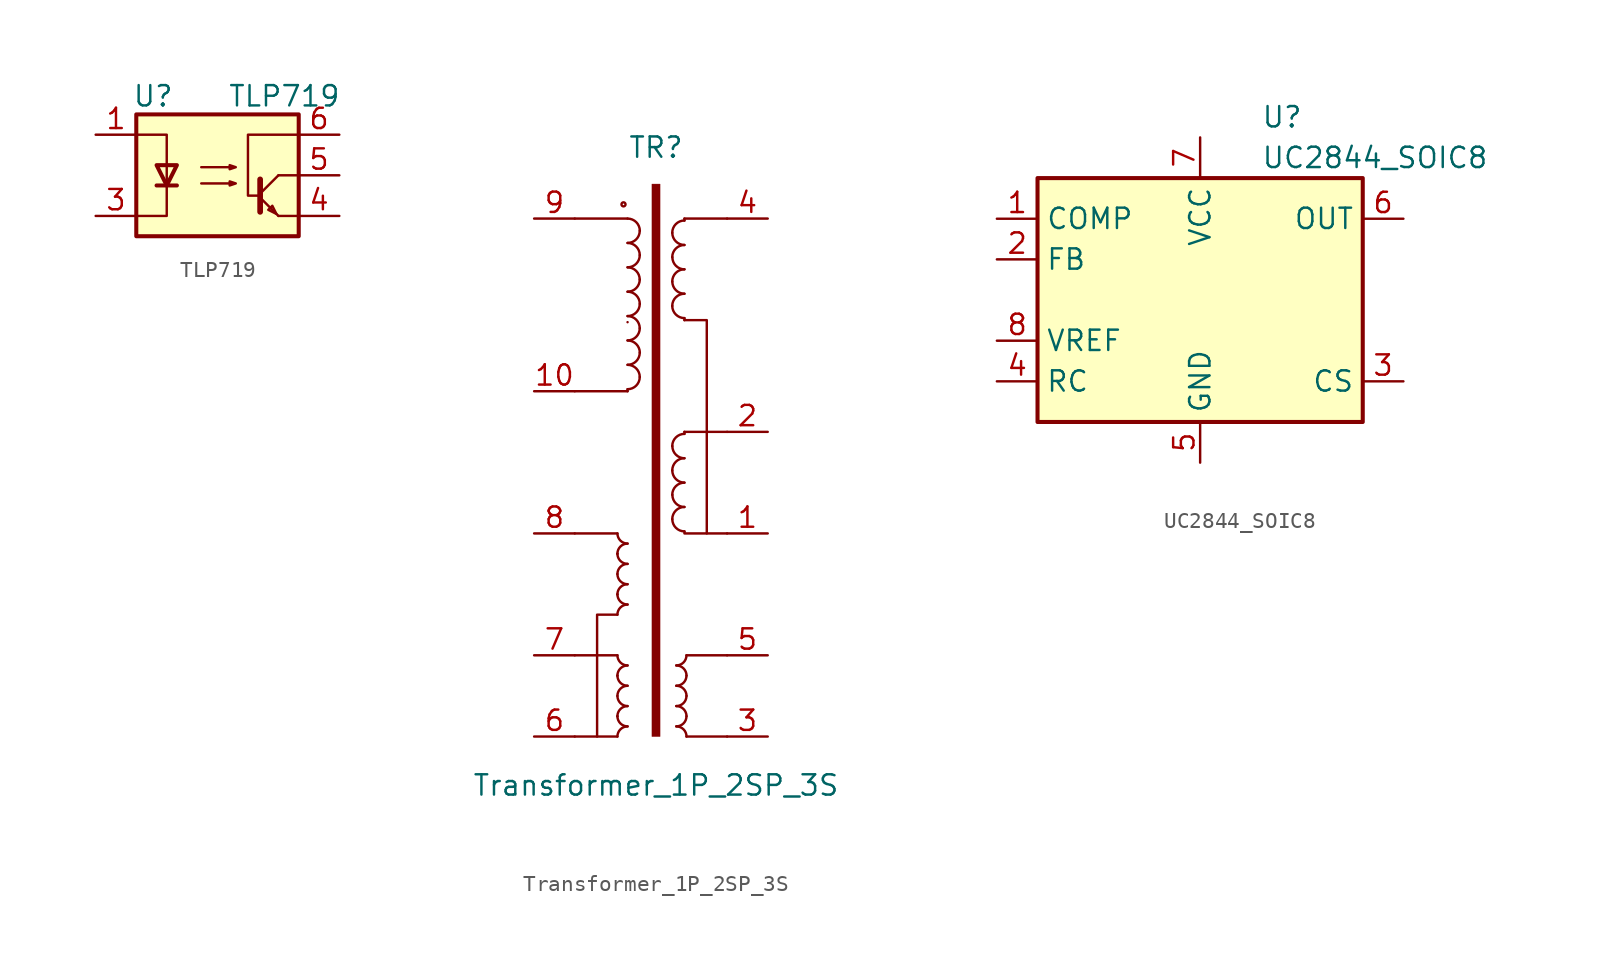
<source format=kicad_sym>
(kicad_symbol_lib
  (version 20211014)
  (generator kicad_symbol_editor)
  (symbol "TLP719"
    (property "Reference" "U"
      (at -5.334 4.953 0)
      (effects (font (size 1.27 1.27)) (justify left)))
    (property "Value" "TLP719"
      (at 0.635 4.953 0)
      (effects (font (size 1.27 1.27)) (justify left)))
    (symbol "TLP719_1_1"
      (rectangle (start -5.08 3.81) (end 5.08 -3.81) (stroke (width 0.254) (type default) (color 0 0 0 0)) (fill (type background)))
      (polyline (pts (xy -3.81 -0.635) (xy -2.54 -0.635)) (stroke (width 0.254) (type default) (color 0 0 0 0)) (fill (type none)))
      (polyline (pts (xy 2.667 -1.397) (xy 3.81 -2.54)) (stroke (width 0) (type default) (color 0 0 0 0)) (fill (type none)))
      (polyline (pts (xy 2.667 -1.143) (xy 3.81 0)) (stroke (width 0) (type default) (color 0 0 0 0)) (fill (type none)))
      (polyline (pts (xy 3.81 -2.54) (xy 5.08 -2.54)) (stroke (width 0) (type default) (color 0 0 0 0)) (fill (type none)))
      (polyline (pts (xy 3.81 0) (xy 5.08 0)) (stroke (width 0) (type default) (color 0 0 0 0)) (fill (type none)))
      (polyline (pts (xy 2.667 -0.254) (xy 2.667 -2.286) (xy 2.667 -2.286)) (stroke (width 0.356) (type default) (color 0 0 0 0)) (fill (type none)))
      (polyline (pts (xy -5.08 -2.54) (xy -3.175 -2.54) (xy -3.175 2.54) (xy -5.08 2.54)) (stroke (width 0) (type default) (color 0 0 0 0)) (fill (type none)))
      (polyline (pts (xy -3.175 -0.635) (xy -3.81 0.635) (xy -2.54 0.635) (xy -3.175 -0.635)) (stroke (width 0.254) (type default) (color 0 0 0 0)) (fill (type none)))
      (polyline (pts (xy 3.683 -2.413) (xy 3.429 -1.905) (xy 3.175 -2.159) (xy 3.683 -2.413)) (stroke (width 0) (type default) (color 0 0 0 0)) (fill (type none)))
      (polyline (pts (xy 5.08 2.54) (xy 1.905 2.54) (xy 1.905 -1.27) (xy 2.54 -1.27)) (stroke (width 0) (type default) (color 0 0 0 0)) (fill (type none)))
      (polyline (pts (xy -1.016 -0.508) (xy 1.143 -0.508) (xy 0.762 -0.635) (xy 0.762 -0.381) (xy 1.143 -0.508)) (stroke (width 0) (type default) (color 0 0 0 0)) (fill (type none)))
      (polyline (pts (xy -1.016 0.508) (xy 1.143 0.508) (xy 0.762 0.381) (xy 0.762 0.635) (xy 1.143 0.508)) (stroke (width 0) (type default) (color 0 0 0 0)) (fill (type none)))
      (pin passive line (at -7.62 2.54 0) (length 2.54) (name "~" (effects (font (size 1.27 1.27)))) (number "1" (effects (font (size 1.27 1.27)))))
      (pin no_connect line (at -5.08 0 0) (length 2.54) hide (name "NC" (effects (font (size 1.27 1.27)))) (number "2" (effects (font (size 1.27 1.27)))))
      (pin passive line (at -7.62 -2.54 0) (length 2.54) (name "~" (effects (font (size 1.27 1.27)))) (number "3" (effects (font (size 1.27 1.27)))))
      (pin passive line (at 7.62 -2.54 180) (length 2.54) (name "~" (effects (font (size 1.27 1.27)))) (number "4" (effects (font (size 1.27 1.27)))))
      (pin passive line (at 7.62 0 180) (length 2.54) (name "~" (effects (font (size 1.27 1.27)))) (number "5" (effects (font (size 1.27 1.27)))))
      (pin passive line (at 7.62 2.54 180) (length 2.54) (name "~" (effects (font (size 1.27 1.27)))) (number "6" (effects (font (size 1.27 1.27)))))))
  (symbol "Transformer_1P_2SP_3S"
    (pin_names
      (offset 0.025))
    (property "Reference" "TR"
      (at 0 24.13 0)
      (effects (font (size 1.27 1.27))))
    (property "Value" "Transformer_1P_2SP_3S"
      (at 0 -15.748 0)
      (effects (font (size 1.27 1.27))))
    (symbol "Transformer_1P_2SP_3S_0_1"
      (arc (start -2.413 -11.43) (mid -2.413 -11.43) (end -2.413 -11.43) (stroke (width 0) (type default) (color 0 0 0 0)) (fill (type none)))
      (arc (start -2.413 -11.43) (mid -2.862 -12.514) (end -1.778 -12.065) (stroke (width 0) (type default) (color 0 0 0 0)) (fill (type none)))
      (arc (start -2.413 -10.16) (mid -2.862 -11.244) (end -1.778 -10.795) (stroke (width 0) (type default) (color 0 0 0 0)) (fill (type none)))
      (arc (start -2.413 -8.89) (mid -2.413 -8.89) (end -2.413 -8.89) (stroke (width 0) (type default) (color 0 0 0 0)) (fill (type none)))
      (arc (start -2.413 -8.89) (mid -2.862 -9.974) (end -1.778 -9.525) (stroke (width 0) (type default) (color 0 0 0 0)) (fill (type none)))
      (arc (start -2.413 -7.62) (mid -2.862 -8.704) (end -1.778 -8.255) (stroke (width 0) (type default) (color 0 0 0 0)) (fill (type none)))
      (arc (start -2.413 -3.81) (mid -2.413 -3.81) (end -2.413 -3.81) (stroke (width 0) (type default) (color 0 0 0 0)) (fill (type none)))
      (arc (start -2.413 -3.81) (mid -2.862 -4.894) (end -1.778 -4.445) (stroke (width 0) (type default) (color 0 0 0 0)) (fill (type none)))
      (arc (start -2.413 -2.54) (mid -2.862 -3.624) (end -1.778 -3.175) (stroke (width 0) (type default) (color 0 0 0 0)) (fill (type none)))
      (arc (start -2.413 -1.27) (mid -2.413 -1.27) (end -2.413 -1.27) (stroke (width 0) (type default) (color 0 0 0 0)) (fill (type none)))
      (arc (start -2.413 -1.27) (mid -2.862 -2.354) (end -1.778 -1.905) (stroke (width 0) (type default) (color 0 0 0 0)) (fill (type none)))
      (arc (start -2.413 0) (mid -2.862 -1.084) (end -1.778 -0.635) (stroke (width 0) (type default) (color 0 0 0 0)) (fill (type none)))
      (circle (center -2.032 20.574) (radius 0.127) (stroke (width 0) (type default) (color 0 0 0 0)) (fill (type none)))
      (arc (start -1.778 -12.065) (mid -2.862 -11.616) (end -2.413 -12.7) (stroke (width 0) (type default) (color 0 0 0 0)) (fill (type none)))
      (arc (start -1.778 -10.795) (mid -2.862 -10.346) (end -2.413 -11.43) (stroke (width 0) (type default) (color 0 0 0 0)) (fill (type none)))
      (arc (start -1.778 -9.525) (mid -2.862 -9.076) (end -2.413 -10.16) (stroke (width 0) (type default) (color 0 0 0 0)) (fill (type none)))
      (arc (start -1.778 -8.255) (mid -2.862 -7.806) (end -2.413 -8.89) (stroke (width 0) (type default) (color 0 0 0 0)) (fill (type none)))
      (arc (start -1.778 -4.445) (mid -2.862 -3.996) (end -2.413 -5.08) (stroke (width 0) (type default) (color 0 0 0 0)) (fill (type none)))
      (arc (start -1.778 -3.175) (mid -2.862 -2.726) (end -2.413 -3.81) (stroke (width 0) (type default) (color 0 0 0 0)) (fill (type none)))
      (arc (start -1.778 -1.905) (mid -2.862 -1.456) (end -2.413 -2.54) (stroke (width 0) (type default) (color 0 0 0 0)) (fill (type none)))
      (arc (start -1.778 -0.635) (mid -2.862 -0.186) (end -2.413 -1.27) (stroke (width 0) (type default) (color 0 0 0 0)) (fill (type none)))
      (arc (start -1.7778 9.017) (mid -1.239 9.2402) (end -1.0158 9.779) (stroke (width 0) (type default) (color 0 0 0 0)) (fill (type none)))
      (arc (start -1.7778 10.541) (mid -1.239 10.7642) (end -1.0158 11.303) (stroke (width 0) (type default) (color 0 0 0 0)) (fill (type none)))
      (arc (start -1.7778 12.065) (mid -1.239 12.2882) (end -1.0158 12.827) (stroke (width 0) (type default) (color 0 0 0 0)) (fill (type none)))
      (arc (start -1.778 13.208) (mid -1.778 13.208) (end -1.778 13.208) (stroke (width 0) (type default) (color 0 0 0 0)) (fill (type none)))
      (arc (start -1.7778 13.589) (mid -1.239 13.8122) (end -1.0158 14.351) (stroke (width 0) (type default) (color 0 0 0 0)) (fill (type none)))
      (arc (start -1.7778 15.113) (mid -1.239 15.3362) (end -1.0158 15.875) (stroke (width 0) (type default) (color 0 0 0 0)) (fill (type none)))
      (arc (start -1.7778 16.637) (mid -1.239 16.8602) (end -1.0158 17.399) (stroke (width 0) (type default) (color 0 0 0 0)) (fill (type none)))
      (arc (start -1.7779 18.1609) (mid -1.2391 18.3841) (end -1.0159 18.9229) (stroke (width 0) (type default) (color 0 0 0 0)) (fill (type none)))
      (arc (start -1.0159 9.7791) (mid -1.2391 10.3179) (end -1.7779 10.5411) (stroke (width 0) (type default) (color 0 0 0 0)) (fill (type none)))
      (arc (start -1.0159 11.3031) (mid -1.2391 11.8419) (end -1.7779 12.0651) (stroke (width 0) (type default) (color 0 0 0 0)) (fill (type none)))
      (arc (start -1.0159 12.8271) (mid -1.2391 13.3659) (end -1.7779 13.5891) (stroke (width 0) (type default) (color 0 0 0 0)) (fill (type none)))
      (arc (start -1.0159 14.3511) (mid -1.2391 14.8899) (end -1.7779 15.1131) (stroke (width 0) (type default) (color 0 0 0 0)) (fill (type none)))
      (arc (start -1.0159 15.8751) (mid -1.2391 16.4139) (end -1.7779 16.6371) (stroke (width 0) (type default) (color 0 0 0 0)) (fill (type none)))
      (arc (start -1.0159 17.3991) (mid -1.2391 17.9379) (end -1.7779 18.1611) (stroke (width 0) (type default) (color 0 0 0 0)) (fill (type none)))
      (arc (start -1.016 18.923) (mid -1.2392 19.4618) (end -1.778 19.685) (stroke (width 0) (type default) (color 0 0 0 0)) (fill (type none)))
      (rectangle (start -0.254 21.844) (end 0.254 -12.7) (stroke (width 0.025) (type default) (color 0 0 0 0)) (fill (type outline)))
      (polyline (pts (xy -5.08 -7.62) (xy -2.413 -7.62)) (stroke (width 0) (type default) (color 0 0 0 0)) (fill (type none)))
      (polyline (pts (xy -5.08 0) (xy -2.413 0)) (stroke (width 0) (type default) (color 0 0 0 0)) (fill (type none)))
      (polyline (pts (xy -5.08 19.685) (xy -1.778 19.685)) (stroke (width 0) (type default) (color 0 0 0 0)) (fill (type none)))
      (polyline (pts (xy -2.413 -12.7) (xy -5.08 -12.7)) (stroke (width 0) (type default) (color 0 0 0 0)) (fill (type none)))
      (polyline (pts (xy -1.778 8.89) (xy -5.08 8.89)) (stroke (width 0) (type default) (color 0 0 0 0)) (fill (type none)))
      (polyline (pts (xy -1.778 8.89) (xy -1.778 9.017)) (stroke (width 0) (type default) (color 0 0 0 0)) (fill (type none)))
      (polyline (pts (xy 1.778 6.35) (xy 1.778 6.223)) (stroke (width 0) (type default) (color 0 0 0 0)) (fill (type none)))
      (polyline (pts (xy 1.778 13.335) (xy 1.778 13.462)) (stroke (width 0) (type default) (color 0 0 0 0)) (fill (type none)))
      (polyline (pts (xy 1.778 19.685) (xy 1.778 19.558)) (stroke (width 0) (type default) (color 0 0 0 0)) (fill (type none)))
      (polyline (pts (xy 1.905 -12.7) (xy 4.445 -12.7)) (stroke (width 0) (type default) (color 0 0 0 0)) (fill (type none)))
      (polyline (pts (xy 4.445 -7.62) (xy 1.905 -7.62)) (stroke (width 0) (type default) (color 0 0 0 0)) (fill (type none)))
      (polyline (pts (xy 4.445 6.35) (xy 1.778 6.35)) (stroke (width 0) (type default) (color 0 0 0 0)) (fill (type none)))
      (polyline (pts (xy 4.445 19.685) (xy 1.778 19.685)) (stroke (width 0) (type default) (color 0 0 0 0)) (fill (type none)))
      (polyline (pts (xy -2.413 -5.08) (xy -3.683 -5.08) (xy -3.683 -12.7)) (stroke (width 0) (type default) (color 0 0 0 0)) (fill (type none)))
      (polyline (pts (xy 3.175 0) (xy 3.175 13.335) (xy 1.778 13.335)) (stroke (width 0) (type default) (color 0 0 0 0)) (fill (type none)))
      (polyline (pts (xy 4.445 0) (xy 1.778 0) (xy 1.778 0.127)) (stroke (width 0) (type default) (color 0 0 0 0)) (fill (type none)))
      (arc (start 1.0159 0.8889) (mid 1.2391 0.3501) (end 1.7779 0.1269) (stroke (width 0) (type default) (color 0 0 0 0)) (fill (type none)))
      (arc (start 1.0159 2.4129) (mid 1.2391 1.8741) (end 1.7779 1.6509) (stroke (width 0) (type default) (color 0 0 0 0)) (fill (type none)))
      (arc (start 1.0159 3.9369) (mid 1.2391 3.3981) (end 1.7779 3.1749) (stroke (width 0) (type default) (color 0 0 0 0)) (fill (type none)))
      (arc (start 1.0157 14.2241) (mid 1.2389 13.6853) (end 1.7777 13.4621) (stroke (width 0) (type default) (color 0 0 0 0)) (fill (type none)))
      (arc (start 1.0157 15.7481) (mid 1.2389 15.2093) (end 1.7777 14.9861) (stroke (width 0) (type default) (color 0 0 0 0)) (fill (type none)))
      (arc (start 1.0157 17.2721) (mid 1.2389 16.7333) (end 1.7777 16.5101) (stroke (width 0) (type default) (color 0 0 0 0)) (fill (type none)))
      (arc (start 1.016 5.4608) (mid 1.2392 4.922) (end 1.778 4.6988) (stroke (width 0) (type default) (color 0 0 0 0)) (fill (type none)))
      (arc (start 1.0158 18.796) (mid 1.239 18.2572) (end 1.7778 18.034) (stroke (width 0) (type default) (color 0 0 0 0)) (fill (type none)))
      (arc (start 1.27 -12.065) (mid 2.354 -12.514) (end 1.905 -11.43) (stroke (width 0) (type default) (color 0 0 0 0)) (fill (type none)))
      (arc (start 1.27 -10.795) (mid 2.354 -11.244) (end 1.905 -10.16) (stroke (width 0) (type default) (color 0 0 0 0)) (fill (type none)))
      (arc (start 1.27 -9.525) (mid 2.354 -9.974) (end 1.905 -8.89) (stroke (width 0) (type default) (color 0 0 0 0)) (fill (type none)))
      (arc (start 1.27 -8.255) (mid 2.354 -8.704) (end 1.905 -7.62) (stroke (width 0) (type default) (color 0 0 0 0)) (fill (type none)))
      (arc (start 1.778 1.651) (mid 1.2392 1.4278) (end 1.016 0.889) (stroke (width 0) (type default) (color 0 0 0 0)) (fill (type none)))
      (arc (start 1.778 3.175) (mid 1.2392 2.9518) (end 1.016 2.413) (stroke (width 0) (type default) (color 0 0 0 0)) (fill (type none)))
      (arc (start 1.778 4.699) (mid 1.2392 4.4758) (end 1.016 3.937) (stroke (width 0) (type default) (color 0 0 0 0)) (fill (type none)))
      (arc (start 1.7778 14.9862) (mid 1.239 14.763) (end 1.0158 14.2242) (stroke (width 0) (type default) (color 0 0 0 0)) (fill (type none)))
      (arc (start 1.7778 16.5102) (mid 1.239 16.287) (end 1.0158 15.7482) (stroke (width 0) (type default) (color 0 0 0 0)) (fill (type none)))
      (arc (start 1.7778 18.0342) (mid 1.239 17.811) (end 1.0158 17.2722) (stroke (width 0) (type default) (color 0 0 0 0)) (fill (type none)))
      (arc (start 1.7781 6.2229) (mid 1.2393 5.9997) (end 1.0161 5.4609) (stroke (width 0) (type default) (color 0 0 0 0)) (fill (type none)))
      (arc (start 1.7779 19.5581) (mid 1.2391 19.3349) (end 1.0159 18.7961) (stroke (width 0) (type default) (color 0 0 0 0)) (fill (type none)))
      (arc (start 1.905 -12.7) (mid 2.354 -11.616) (end 1.27 -12.065) (stroke (width 0) (type default) (color 0 0 0 0)) (fill (type none)))
      (arc (start 1.905 -11.43) (mid 2.354 -10.346) (end 1.27 -10.795) (stroke (width 0) (type default) (color 0 0 0 0)) (fill (type none)))
      (arc (start 1.905 -10.16) (mid 2.354 -9.076) (end 1.27 -9.525) (stroke (width 0) (type default) (color 0 0 0 0)) (fill (type none)))
      (arc (start 1.905 -8.89) (mid 2.354 -7.806) (end 1.27 -8.255) (stroke (width 0) (type default) (color 0 0 0 0)) (fill (type none))))
    (symbol "Transformer_1P_2SP_3S_1_1"
      (pin passive line (at 6.985 0 180) (length 2.54) (name "~" (effects (font (size 1.27 1.27)))) (number "1" (effects (font (size 1.27 1.27)))))
      (pin passive line (at -7.62 8.89 0) (length 2.54) (name "~" (effects (font (size 1.27 1.27)))) (number "10" (effects (font (size 1.27 1.27)))))
      (pin passive line (at 6.985 6.35 180) (length 2.54) (name "~" (effects (font (size 1.27 1.27)))) (number "2" (effects (font (size 1.27 1.27)))))
      (pin passive line (at 6.985 -12.7 180) (length 2.54) (name "~" (effects (font (size 1.27 1.27)))) (number "3" (effects (font (size 1.27 1.27)))))
      (pin passive line (at 6.985 19.685 180) (length 2.54) (name "~" (effects (font (size 1.27 1.27)))) (number "4" (effects (font (size 1.27 1.27)))))
      (pin passive line (at 6.985 -7.62 180) (length 2.54) (name "~" (effects (font (size 1.27 1.27)))) (number "5" (effects (font (size 1.27 1.27)))))
      (pin passive line (at -7.62 -12.7 0) (length 2.54) (name "~" (effects (font (size 1.27 1.27)))) (number "6" (effects (font (size 1.27 1.27)))))
      (pin passive line (at -7.62 -7.62 0) (length 2.54) (name "~" (effects (font (size 1.27 1.27)))) (number "7" (effects (font (size 1.27 1.27)))))
      (pin passive line (at -7.62 0 0) (length 2.54) (name "~" (effects (font (size 1.27 1.27)))) (number "8" (effects (font (size 1.27 1.27)))))
      (pin passive line (at -7.62 19.685 0) (length 2.54) (name "~" (effects (font (size 1.27 1.27)))) (number "9" (effects (font (size 1.27 1.27)))))))
  (symbol "UC2844_SOIC8"
    (property "Reference" "U"
      (at 3.81 11.43 0)
      (effects (font (size 1.27 1.27)) (justify left)))
    (property "Value" "UC2844_SOIC8"
      (at 3.81 8.89 0)
      (effects (font (size 1.27 1.27)) (justify left)))
    (symbol "UC2844_SOIC8_0_1"
      (rectangle (start -10.16 -7.62) (end 10.16 7.62) (stroke (width 0.254) (type default) (color 0 0 0 0)) (fill (type background))))
    (symbol "UC2844_SOIC8_1_1"
      (pin passive line (at -12.7 5.08 0) (length 2.54) (name "COMP" (effects (font (size 1.27 1.27)))) (number "1" (effects (font (size 1.27 1.27)))))
      (pin input line (at -12.7 2.54 0) (length 2.54) (name "FB" (effects (font (size 1.27 1.27)))) (number "2" (effects (font (size 1.27 1.27)))))
      (pin input line (at 12.7 -5.08 180) (length 2.54) (name "CS" (effects (font (size 1.27 1.27)))) (number "3" (effects (font (size 1.27 1.27)))))
      (pin passive line (at -12.7 -5.08 0) (length 2.54) (name "RC" (effects (font (size 1.27 1.27)))) (number "4" (effects (font (size 1.27 1.27)))))
      (pin power_in line (at 0 -10.16 90) (length 2.54) (name "GND" (effects (font (size 1.27 1.27)))) (number "5" (effects (font (size 1.27 1.27)))))
      (pin output line (at 12.7 5.08 180) (length 2.54) (name "OUT" (effects (font (size 1.27 1.27)))) (number "6" (effects (font (size 1.27 1.27)))))
      (pin power_in line (at 0 10.16 270) (length 2.54) (name "VCC" (effects (font (size 1.27 1.27)))) (number "7" (effects (font (size 1.27 1.27)))))
      (pin power_out line (at -12.7 -2.54 0) (length 2.54) (name "VREF" (effects (font (size 1.27 1.27)))) (number "8" (effects (font (size 1.27 1.27))))))))
</source>
